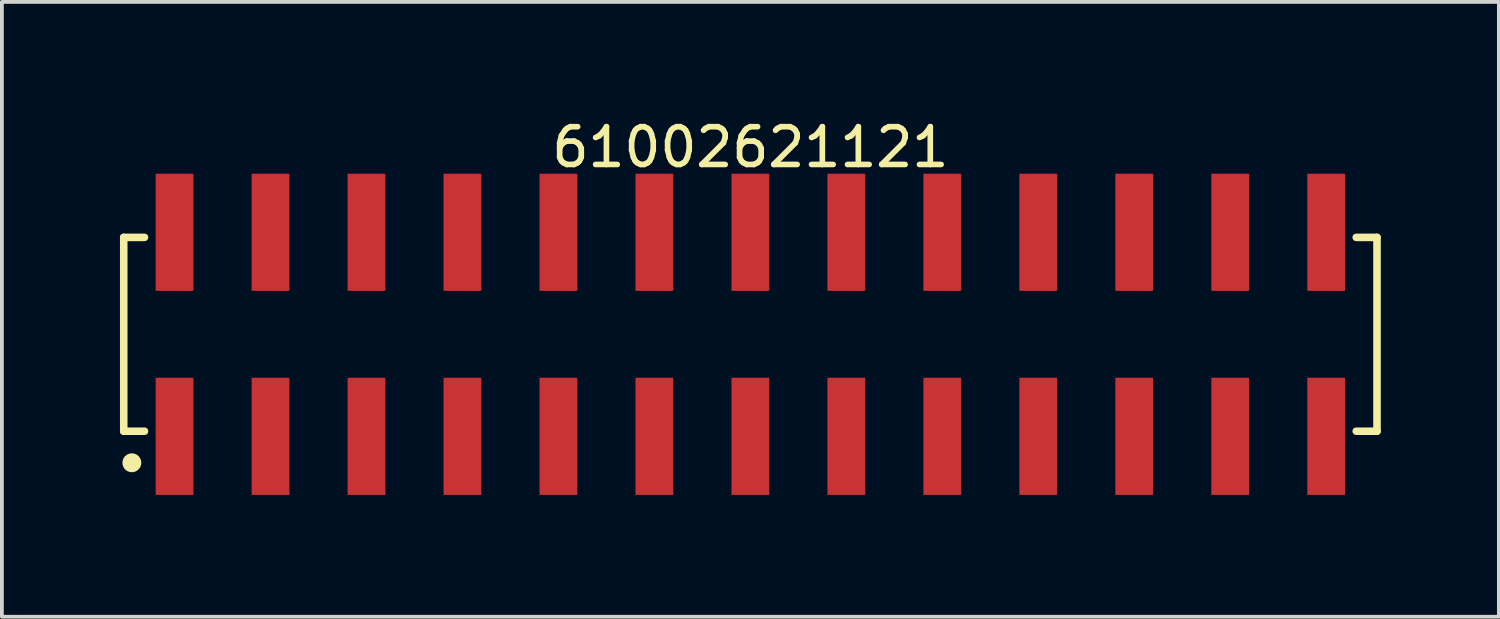
<source format=kicad_pcb>
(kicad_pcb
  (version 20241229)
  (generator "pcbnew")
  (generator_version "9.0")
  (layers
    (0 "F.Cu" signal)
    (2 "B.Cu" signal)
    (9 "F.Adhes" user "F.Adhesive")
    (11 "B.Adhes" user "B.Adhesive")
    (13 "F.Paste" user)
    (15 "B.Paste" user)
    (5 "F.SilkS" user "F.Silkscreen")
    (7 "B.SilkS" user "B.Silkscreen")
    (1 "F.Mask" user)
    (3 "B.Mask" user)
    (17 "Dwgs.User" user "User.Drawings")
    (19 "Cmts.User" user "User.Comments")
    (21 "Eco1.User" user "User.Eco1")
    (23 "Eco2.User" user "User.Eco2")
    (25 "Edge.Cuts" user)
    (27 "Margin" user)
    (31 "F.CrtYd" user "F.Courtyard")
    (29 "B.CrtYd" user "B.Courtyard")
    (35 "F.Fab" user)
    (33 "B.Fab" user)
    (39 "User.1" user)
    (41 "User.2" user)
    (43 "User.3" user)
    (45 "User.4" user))
  (footprint "61002621121"
    (layer "F.Cu")
    (at 16.81 5.798)
    (property "Reference" "61002621121" (at 0 -4.95 0) (layer "F.SilkS") (effects (font (size 1 1) (thickness 0.15))))
    (fp_line (start -16.585 -2.565) (end -16.035 -2.565) (stroke (width 0.2) (type solid)) (layer "F.SilkS"))
    (fp_line (start -16.585 2.565) (end -16.585 -2.565) (stroke (width 0.2) (type solid)) (layer "F.SilkS"))
    (fp_line (start -16.585 2.565) (end -16.035 2.565) (stroke (width 0.2) (type solid)) (layer "F.SilkS"))
    (fp_line (start 16.035 -2.565) (end 16.585 -2.565) (stroke (width 0.2) (type solid)) (layer "F.SilkS"))
    (fp_line (start 16.035 2.565) (end 16.585 2.565) (stroke (width 0.2) (type solid)) (layer "F.SilkS"))
    (fp_line (start 16.585 2.565) (end 16.585 -2.565) (stroke (width 0.2) (type solid)) (layer "F.SilkS"))
    (fp_circle (center -16.37 3.4) (end -16.37 3.275) (stroke (width 0.25) (type solid)) (fill no) (layer "F.SilkS"))
    (fp_line (start -16.785 -4.45) (end 16.785 -4.45) (stroke (width 0.05) (type solid)) (layer "Eco2.User"))
    (fp_line (start -16.785 4.45) (end -16.785 -4.45) (stroke (width 0.05) (type solid)) (layer "Eco2.User"))
    (fp_line (start -16.785 4.45) (end 16.785 4.45) (stroke (width 0.05) (type solid)) (layer "Eco2.User"))
    (fp_line (start -16.51 -2.54) (end 16.51 -2.54) (stroke (width 0.1) (type solid)) (layer "Eco2.User"))
    (fp_line (start -16.51 2.54) (end -16.51 -2.54) (stroke (width 0.1) (type solid)) (layer "Eco2.User"))
    (fp_line (start -16.51 2.54) (end 16.51 2.54) (stroke (width 0.1) (type solid)) (layer "Eco2.User"))
    (fp_line (start -15.56 -3.75) (end -14.92 -3.75) (stroke (width 0.1) (type solid)) (layer "Eco2.User"))
    (fp_line (start -15.56 -2.54) (end -15.56 -3.75) (stroke (width 0.1) (type solid)) (layer "Eco2.User"))
    (fp_line (start -15.56 3.75) (end -15.56 2.54) (stroke (width 0.1) (type solid)) (layer "Eco2.User"))
    (fp_line (start -15.56 3.75) (end -14.92 3.75) (stroke (width 0.1) (type solid)) (layer "Eco2.User"))
    (fp_line (start -14.92 -2.54) (end -14.92 -3.75) (stroke (width 0.1) (type solid)) (layer "Eco2.User"))
    (fp_line (start -14.92 3.75) (end -14.92 2.54) (stroke (width 0.1) (type solid)) (layer "Eco2.User"))
    (fp_line (start -13.02 -3.75) (end -12.38 -3.75) (stroke (width 0.1) (type solid)) (layer "Eco2.User"))
    (fp_line (start -13.02 -2.54) (end -13.02 -3.75) (stroke (width 0.1) (type solid)) (layer "Eco2.User"))
    (fp_line (start -13.02 3.75) (end -13.02 2.54) (stroke (width 0.1) (type solid)) (layer "Eco2.User"))
    (fp_line (start -13.02 3.75) (end -12.38 3.75) (stroke (width 0.1) (type solid)) (layer "Eco2.User"))
    (fp_line (start -12.38 -2.54) (end -12.38 -3.75) (stroke (width 0.1) (type solid)) (layer "Eco2.User"))
    (fp_line (start -12.38 3.75) (end -12.38 2.54) (stroke (width 0.1) (type solid)) (layer "Eco2.User"))
    (fp_line (start -10.48 -3.75) (end -9.84 -3.75) (stroke (width 0.1) (type solid)) (layer "Eco2.User"))
    (fp_line (start -10.48 -2.54) (end -10.48 -3.75) (stroke (width 0.1) (type solid)) (layer "Eco2.User"))
    (fp_line (start -10.48 3.75) (end -10.48 2.54) (stroke (width 0.1) (type solid)) (layer "Eco2.User"))
    (fp_line (start -10.48 3.75) (end -9.84 3.75) (stroke (width 0.1) (type solid)) (layer "Eco2.User"))
    (fp_line (start -9.84 -2.54) (end -9.84 -3.75) (stroke (width 0.1) (type solid)) (layer "Eco2.User"))
    (fp_line (start -9.84 3.75) (end -9.84 2.54) (stroke (width 0.1) (type solid)) (layer "Eco2.User"))
    (fp_line (start -7.94 -3.75) (end -7.3 -3.75) (stroke (width 0.1) (type solid)) (layer "Eco2.User"))
    (fp_line (start -7.94 -2.54) (end -7.94 -3.75) (stroke (width 0.1) (type solid)) (layer "Eco2.User"))
    (fp_line (start -7.94 3.75) (end -7.94 2.54) (stroke (width 0.1) (type solid)) (layer "Eco2.User"))
    (fp_line (start -7.94 3.75) (end -7.3 3.75) (stroke (width 0.1) (type solid)) (layer "Eco2.User"))
    (fp_line (start -7.3 -2.54) (end -7.3 -3.75) (stroke (width 0.1) (type solid)) (layer "Eco2.User"))
    (fp_line (start -7.3 3.75) (end -7.3 2.54) (stroke (width 0.1) (type solid)) (layer "Eco2.User"))
    (fp_line (start -5.4 -3.75) (end -4.76 -3.75) (stroke (width 0.1) (type solid)) (layer "Eco2.User"))
    (fp_line (start -5.4 -2.54) (end -5.4 -3.75) (stroke (width 0.1) (type solid)) (layer "Eco2.User"))
    (fp_line (start -5.4 3.75) (end -5.4 2.54) (stroke (width 0.1) (type solid)) (layer "Eco2.User"))
    (fp_line (start -5.4 3.75) (end -4.76 3.75) (stroke (width 0.1) (type solid)) (layer "Eco2.User"))
    (fp_line (start -4.76 -2.54) (end -4.76 -3.75) (stroke (width 0.1) (type solid)) (layer "Eco2.User"))
    (fp_line (start -4.76 3.75) (end -4.76 2.54) (stroke (width 0.1) (type solid)) (layer "Eco2.User"))
    (fp_line (start -2.86 -3.75) (end -2.22 -3.75) (stroke (width 0.1) (type solid)) (layer "Eco2.User"))
    (fp_line (start -2.86 -2.54) (end -2.86 -3.75) (stroke (width 0.1) (type solid)) (layer "Eco2.User"))
    (fp_line (start -2.86 3.75) (end -2.86 2.54) (stroke (width 0.1) (type solid)) (layer "Eco2.User"))
    (fp_line (start -2.86 3.75) (end -2.22 3.75) (stroke (width 0.1) (type solid)) (layer "Eco2.User"))
    (fp_line (start -2.22 -2.54) (end -2.22 -3.75) (stroke (width 0.1) (type solid)) (layer "Eco2.User"))
    (fp_line (start -2.22 3.75) (end -2.22 2.54) (stroke (width 0.1) (type solid)) (layer "Eco2.User"))
    (fp_line (start -0.5 0) (end 0.5 0) (stroke (width 0.05) (type solid)) (layer "Eco2.User"))
    (fp_line (start -0.32 -3.75) (end 0.32 -3.75) (stroke (width 0.1) (type solid)) (layer "Eco2.User"))
    (fp_line (start -0.32 -2.54) (end -0.32 -3.75) (stroke (width 0.1) (type solid)) (layer "Eco2.User"))
    (fp_line (start -0.32 3.75) (end -0.32 2.54) (stroke (width 0.1) (type solid)) (layer "Eco2.User"))
    (fp_line (start -0.32 3.75) (end 0.32 3.75) (stroke (width 0.1) (type solid)) (layer "Eco2.User"))
    (fp_line (start 0 0.5) (end 0 -0.5) (stroke (width 0.05) (type solid)) (layer "Eco2.User"))
    (fp_line (start 0.32 -2.54) (end 0.32 -3.75) (stroke (width 0.1) (type solid)) (layer "Eco2.User"))
    (fp_line (start 0.32 3.75) (end 0.32 2.54) (stroke (width 0.1) (type solid)) (layer "Eco2.User"))
    (fp_line (start 2.22 -3.75) (end 2.86 -3.75) (stroke (width 0.1) (type solid)) (layer "Eco2.User"))
    (fp_line (start 2.22 -2.54) (end 2.22 -3.75) (stroke (width 0.1) (type solid)) (layer "Eco2.User"))
    (fp_line (start 2.22 3.75) (end 2.22 2.54) (stroke (width 0.1) (type solid)) (layer "Eco2.User"))
    (fp_line (start 2.22 3.75) (end 2.86 3.75) (stroke (width 0.1) (type solid)) (layer "Eco2.User"))
    (fp_line (start 2.86 -2.54) (end 2.86 -3.75) (stroke (width 0.1) (type solid)) (layer "Eco2.User"))
    (fp_line (start 2.86 3.75) (end 2.86 2.54) (stroke (width 0.1) (type solid)) (layer "Eco2.User"))
    (fp_line (start 4.76 -3.75) (end 5.4 -3.75) (stroke (width 0.1) (type solid)) (layer "Eco2.User"))
    (fp_line (start 4.76 -2.54) (end 4.76 -3.75) (stroke (width 0.1) (type solid)) (layer "Eco2.User"))
    (fp_line (start 4.76 3.75) (end 4.76 2.54) (stroke (width 0.1) (type solid)) (layer "Eco2.User"))
    (fp_line (start 4.76 3.75) (end 5.4 3.75) (stroke (width 0.1) (type solid)) (layer "Eco2.User"))
    (fp_line (start 5.4 -2.54) (end 5.4 -3.75) (stroke (width 0.1) (type solid)) (layer "Eco2.User"))
    (fp_line (start 5.4 3.75) (end 5.4 2.54) (stroke (width 0.1) (type solid)) (layer "Eco2.User"))
    (fp_line (start 7.3 -3.75) (end 7.94 -3.75) (stroke (width 0.1) (type solid)) (layer "Eco2.User"))
    (fp_line (start 7.3 -2.54) (end 7.3 -3.75) (stroke (width 0.1) (type solid)) (layer "Eco2.User"))
    (fp_line (start 7.3 3.75) (end 7.3 2.54) (stroke (width 0.1) (type solid)) (layer "Eco2.User"))
    (fp_line (start 7.3 3.75) (end 7.94 3.75) (stroke (width 0.1) (type solid)) (layer "Eco2.User"))
    (fp_line (start 7.94 -2.54) (end 7.94 -3.75) (stroke (width 0.1) (type solid)) (layer "Eco2.User"))
    (fp_line (start 7.94 3.75) (end 7.94 2.54) (stroke (width 0.1) (type solid)) (layer "Eco2.User"))
    (fp_line (start 9.84 -3.75) (end 10.48 -3.75) (stroke (width 0.1) (type solid)) (layer "Eco2.User"))
    (fp_line (start 9.84 -2.54) (end 9.84 -3.75) (stroke (width 0.1) (type solid)) (layer "Eco2.User"))
    (fp_line (start 9.84 3.75) (end 9.84 2.54) (stroke (width 0.1) (type solid)) (layer "Eco2.User"))
    (fp_line (start 9.84 3.75) (end 10.48 3.75) (stroke (width 0.1) (type solid)) (layer "Eco2.User"))
    (fp_line (start 10.48 -2.54) (end 10.48 -3.75) (stroke (width 0.1) (type solid)) (layer "Eco2.User"))
    (fp_line (start 10.48 3.75) (end 10.48 2.54) (stroke (width 0.1) (type solid)) (layer "Eco2.User"))
    (fp_line (start 12.38 -3.75) (end 13.02 -3.75) (stroke (width 0.1) (type solid)) (layer "Eco2.User"))
    (fp_line (start 12.38 -2.54) (end 12.38 -3.75) (stroke (width 0.1) (type solid)) (layer "Eco2.User"))
    (fp_line (start 12.38 3.75) (end 12.38 2.54) (stroke (width 0.1) (type solid)) (layer "Eco2.User"))
    (fp_line (start 12.38 3.75) (end 13.02 3.75) (stroke (width 0.1) (type solid)) (layer "Eco2.User"))
    (fp_line (start 13.02 -2.54) (end 13.02 -3.75) (stroke (width 0.1) (type solid)) (layer "Eco2.User"))
    (fp_line (start 13.02 3.75) (end 13.02 2.54) (stroke (width 0.1) (type solid)) (layer "Eco2.User"))
    (fp_line (start 14.92 -3.75) (end 15.56 -3.75) (stroke (width 0.1) (type solid)) (layer "Eco2.User"))
    (fp_line (start 14.92 -2.54) (end 14.92 -3.75) (stroke (width 0.1) (type solid)) (layer "Eco2.User"))
    (fp_line (start 14.92 3.75) (end 14.92 2.54) (stroke (width 0.1) (type solid)) (layer "Eco2.User"))
    (fp_line (start 14.92 3.75) (end 15.56 3.75) (stroke (width 0.1) (type solid)) (layer "Eco2.User"))
    (fp_line (start 15.56 -2.54) (end 15.56 -3.75) (stroke (width 0.1) (type solid)) (layer "Eco2.User"))
    (fp_line (start 15.56 3.75) (end 15.56 2.54) (stroke (width 0.1) (type solid)) (layer "Eco2.User"))
    (fp_line (start 16.51 2.54) (end 16.51 -2.54) (stroke (width 0.1) (type solid)) (layer "Eco2.User"))
    (fp_line (start 16.785 4.45) (end 16.785 -4.45) (stroke (width 0.05) (type solid)) (layer "Eco2.User"))
    (fp_text user "${REFERENCE}" (at 0.15 -0.197 0) (unlocked yes) (layer "User.3") (effects (font (size 1.5 1.5) (thickness 0.15))))
    (pad "1" smd rect (at -15.24 2.7) (size 1 3.1) (layers "F.Cu" "F.Mask" "F.Paste"))
    (pad "2" smd rect (at -15.24 -2.7) (size 1 3.1) (layers "F.Cu" "F.Mask" "F.Paste"))
    (pad "3" smd rect (at -12.7 2.7) (size 1 3.1) (layers "F.Cu" "F.Mask" "F.Paste"))
    (pad "4" smd rect (at -12.7 -2.7) (size 1 3.1) (layers "F.Cu" "F.Mask" "F.Paste"))
    (pad "5" smd rect (at -10.16 2.7) (size 1 3.1) (layers "F.Cu" "F.Mask" "F.Paste"))
    (pad "6" smd rect (at -10.16 -2.7) (size 1 3.1) (layers "F.Cu" "F.Mask" "F.Paste"))
    (pad "7" smd rect (at -7.62 2.7) (size 1 3.1) (layers "F.Cu" "F.Mask" "F.Paste"))
    (pad "8" smd rect (at -7.62 -2.7) (size 1 3.1) (layers "F.Cu" "F.Mask" "F.Paste"))
    (pad "9" smd rect (at -5.08 2.7) (size 1 3.1) (layers "F.Cu" "F.Mask" "F.Paste"))
    (pad "10" smd rect (at -5.08 -2.7) (size 1 3.1) (layers "F.Cu" "F.Mask" "F.Paste"))
    (pad "11" smd rect (at -2.54 2.7) (size 1 3.1) (layers "F.Cu" "F.Mask" "F.Paste"))
    (pad "12" smd rect (at -2.54 -2.7) (size 1 3.1) (layers "F.Cu" "F.Mask" "F.Paste"))
    (pad "13" smd rect (at 0 2.7) (size 1 3.1) (layers "F.Cu" "F.Mask" "F.Paste"))
    (pad "14" smd rect (at 0 -2.7) (size 1 3.1) (layers "F.Cu" "F.Mask" "F.Paste"))
    (pad "15" smd rect (at 2.54 2.7) (size 1 3.1) (layers "F.Cu" "F.Mask" "F.Paste"))
    (pad "16" smd rect (at 2.54 -2.7) (size 1 3.1) (layers "F.Cu" "F.Mask" "F.Paste"))
    (pad "17" smd rect (at 5.08 2.7) (size 1 3.1) (layers "F.Cu" "F.Mask" "F.Paste"))
    (pad "18" smd rect (at 5.08 -2.7) (size 1 3.1) (layers "F.Cu" "F.Mask" "F.Paste"))
    (pad "19" smd rect (at 7.62 2.7) (size 1 3.1) (layers "F.Cu" "F.Mask" "F.Paste"))
    (pad "20" smd rect (at 7.62 -2.7) (size 1 3.1) (layers "F.Cu" "F.Mask" "F.Paste"))
    (pad "21" smd rect (at 10.16 2.7) (size 1 3.1) (layers "F.Cu" "F.Mask" "F.Paste"))
    (pad "22" smd rect (at 10.16 -2.7) (size 1 3.1) (layers "F.Cu" "F.Mask" "F.Paste"))
    (pad "23" smd rect (at 12.7 2.7) (size 1 3.1) (layers "F.Cu" "F.Mask" "F.Paste"))
    (pad "24" smd rect (at 12.7 -2.7) (size 1 3.1) (layers "F.Cu" "F.Mask" "F.Paste"))
    (pad "25" smd rect (at 15.24 2.7) (size 1 3.1) (layers "F.Cu" "F.Mask" "F.Paste"))
    (pad "26" smd rect (at 15.24 -2.7) (size 1 3.1) (layers "F.Cu" "F.Mask" "F.Paste")))
  (gr_rect
    (start -3 -3)
    (end 36.62 13.273)
    (stroke (width 0.1) (type default))
    (fill no)
    (layer "Edge.Cuts")))
</source>
